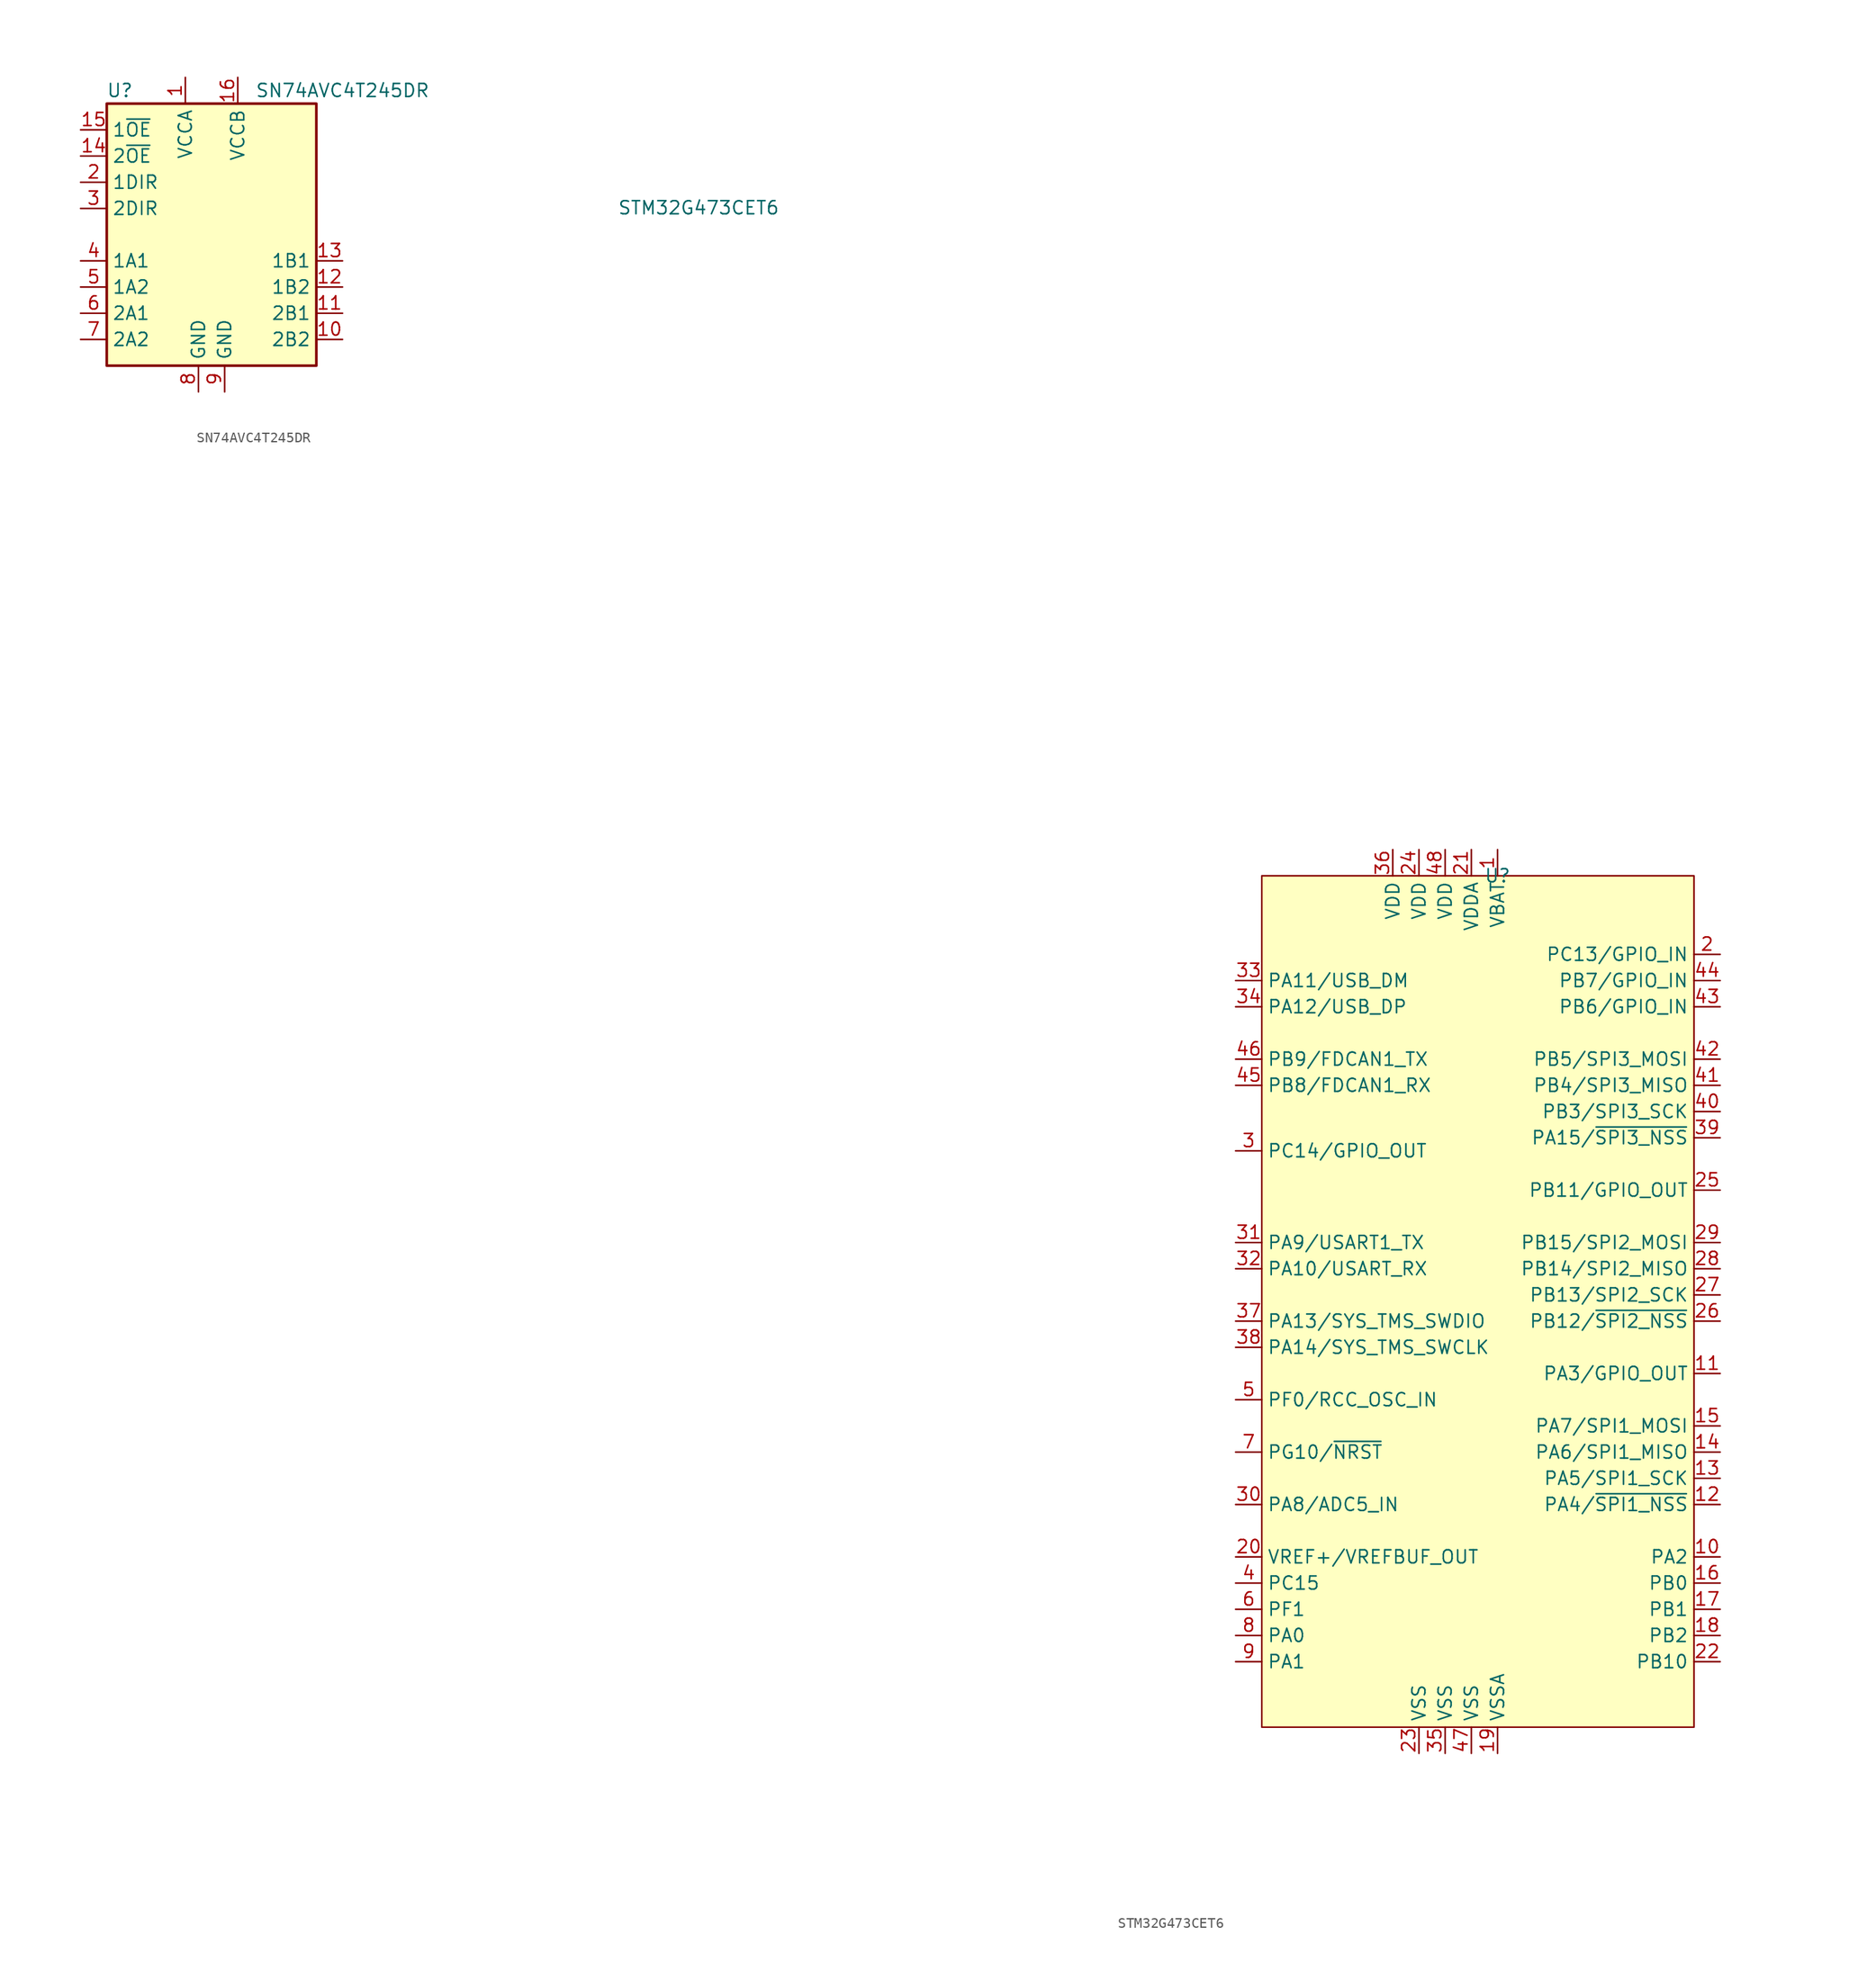
<source format=kicad_sym>
(kicad_symbol_lib
  (version 20220914)
  (generator kicad_symbol_editor)
  (symbol "SN74AVC4T245DR"
    (property "Reference" "U"
      (at -8.89 13.97 0)
      (effects (font (size 1.27 1.27))))
    (property "Value" "SN74AVC4T245DR"
      (at 12.7 13.97 0)
      (effects (font (size 1.27 1.27))))
    (symbol "SN74AVC4T245DR_0_1"
      (rectangle (start -10.16 12.7) (end 10.16 -12.7) (stroke (width 0.254) (type default)) (fill (type background))))
    (symbol "SN74AVC4T245DR_1_1"
      (pin power_in line (at -2.54 15.24 270) (length 2.54) (name "VCCA" (effects (font (size 1.27 1.27)))) (number "1" (effects (font (size 1.27 1.27)))))
      (pin bidirectional line (at 12.7 -10.16 180) (length 2.54) (name "2B2" (effects (font (size 1.27 1.27)))) (number "10" (effects (font (size 1.27 1.27)))))
      (pin bidirectional line (at 12.7 -7.62 180) (length 2.54) (name "2B1" (effects (font (size 1.27 1.27)))) (number "11" (effects (font (size 1.27 1.27)))))
      (pin bidirectional line (at 12.7 -5.08 180) (length 2.54) (name "1B2" (effects (font (size 1.27 1.27)))) (number "12" (effects (font (size 1.27 1.27)))))
      (pin bidirectional line (at 12.7 -2.54 180) (length 2.54) (name "1B1" (effects (font (size 1.27 1.27)))) (number "13" (effects (font (size 1.27 1.27)))))
      (pin input line (at -12.7 7.62 0) (length 2.54) (name "2~{OE}" (effects (font (size 1.27 1.27)))) (number "14" (effects (font (size 1.27 1.27)))))
      (pin input line (at -12.7 10.16 0) (length 2.54) (name "1~{OE}" (effects (font (size 1.27 1.27)))) (number "15" (effects (font (size 1.27 1.27)))))
      (pin power_in line (at 2.54 15.24 270) (length 2.54) (name "VCCB" (effects (font (size 1.27 1.27)))) (number "16" (effects (font (size 1.27 1.27)))))
      (pin input line (at -12.7 5.08 0) (length 2.54) (name "1DIR" (effects (font (size 1.27 1.27)))) (number "2" (effects (font (size 1.27 1.27)))))
      (pin input line (at -12.7 2.54 0) (length 2.54) (name "2DIR" (effects (font (size 1.27 1.27)))) (number "3" (effects (font (size 1.27 1.27)))))
      (pin bidirectional line (at -12.7 -2.54 0) (length 2.54) (name "1A1" (effects (font (size 1.27 1.27)))) (number "4" (effects (font (size 1.27 1.27)))))
      (pin bidirectional line (at -12.7 -5.08 0) (length 2.54) (name "1A2" (effects (font (size 1.27 1.27)))) (number "5" (effects (font (size 1.27 1.27)))))
      (pin bidirectional line (at -12.7 -7.62 0) (length 2.54) (name "2A1" (effects (font (size 1.27 1.27)))) (number "6" (effects (font (size 1.27 1.27)))))
      (pin bidirectional line (at -12.7 -10.16 0) (length 2.54) (name "2A2" (effects (font (size 1.27 1.27)))) (number "7" (effects (font (size 1.27 1.27)))))
      (pin passive line (at -1.27 -15.24 90) (length 2.54) (name "GND" (effects (font (size 1.27 1.27)))) (number "8" (effects (font (size 1.27 1.27)))))
      (pin passive line (at 1.27 -15.24 90) (length 2.54) (name "GND" (effects (font (size 1.27 1.27)))) (number "9" (effects (font (size 1.27 1.27)))))))
  (symbol "STM32G473CET6"
    (property "Reference" "U"
      (at 0 0 0)
      (effects (font (size 1.27 1.27))))
    (property "Value" "STM32G473CET6"
      (at -77.47 64.77 0)
      (effects (font (size 1.27 1.27))))
    (symbol "STM32G473CET6_0_0"
      (pin power_in line (at 0 2.54 270) (length 2.54) (name "VBAT" (effects (font (size 1.27 1.27)))) (number "1" (effects (font (size 1.27 1.27)))))
      (pin unspecified line (at 21.59 -66.04 180) (length 2.54) (name "PA2" (effects (font (size 1.27 1.27)))) (number "10" (effects (font (size 1.27 1.27)))))
      (pin output line (at 21.59 -48.26 180) (length 2.54) (name "PA3/GPIO_OUT" (effects (font (size 1.27 1.27)))) (number "11" (effects (font (size 1.27 1.27)))))
      (pin output line (at 21.59 -60.96 180) (length 2.54) (name "PA4/~{SPI1_NSS}" (effects (font (size 1.27 1.27)))) (number "12" (effects (font (size 1.27 1.27)))))
      (pin output line (at 21.59 -58.42 180) (length 2.54) (name "PA5/SPI1_SCK" (effects (font (size 1.27 1.27)))) (number "13" (effects (font (size 1.27 1.27)))))
      (pin input line (at 21.59 -55.88 180) (length 2.54) (name "PA6/SPI1_MISO" (effects (font (size 1.27 1.27)))) (number "14" (effects (font (size 1.27 1.27)))))
      (pin output line (at 21.59 -53.34 180) (length 2.54) (name "PA7/SPI1_MOSI" (effects (font (size 1.27 1.27)))) (number "15" (effects (font (size 1.27 1.27)))))
      (pin unspecified line (at 21.59 -68.58 180) (length 2.54) (name "PB0" (effects (font (size 1.27 1.27)))) (number "16" (effects (font (size 1.27 1.27)))))
      (pin unspecified line (at 21.59 -71.12 180) (length 2.54) (name "PB1" (effects (font (size 1.27 1.27)))) (number "17" (effects (font (size 1.27 1.27)))))
      (pin unspecified line (at 21.59 -73.66 180) (length 2.54) (name "PB2" (effects (font (size 1.27 1.27)))) (number "18" (effects (font (size 1.27 1.27)))))
      (pin passive line (at 0 -85.09 90) (length 2.54) (name "VSSA" (effects (font (size 1.27 1.27)))) (number "19" (effects (font (size 1.27 1.27)))))
      (pin input line (at 21.59 -7.62 180) (length 2.54) (name "PC13/GPIO_IN" (effects (font (size 1.27 1.27)))) (number "2" (effects (font (size 1.27 1.27)))))
      (pin output line (at -25.4 -66.04 0) (length 2.54) (name "VREF+/VREFBUF_OUT" (effects (font (size 1.27 1.27)))) (number "20" (effects (font (size 1.27 1.27)))))
      (pin power_in line (at -2.54 2.54 270) (length 2.54) (name "VDDA" (effects (font (size 1.27 1.27)))) (number "21" (effects (font (size 1.27 1.27)))))
      (pin unspecified line (at 21.59 -76.2 180) (length 2.54) (name "PB10" (effects (font (size 1.27 1.27)))) (number "22" (effects (font (size 1.27 1.27)))))
      (pin passive line (at -7.62 -85.09 90) (length 2.54) (name "VSS" (effects (font (size 1.27 1.27)))) (number "23" (effects (font (size 1.27 1.27)))))
      (pin power_in line (at -7.62 2.54 270) (length 2.54) (name "VDD" (effects (font (size 1.27 1.27)))) (number "24" (effects (font (size 1.27 1.27)))))
      (pin output line (at 21.59 -30.48 180) (length 2.54) (name "PB11/GPIO_OUT" (effects (font (size 1.27 1.27)))) (number "25" (effects (font (size 1.27 1.27)))))
      (pin output line (at 21.59 -43.18 180) (length 2.54) (name "PB12/~{SPI2_NSS}" (effects (font (size 1.27 1.27)))) (number "26" (effects (font (size 1.27 1.27)))))
      (pin output line (at 21.59 -40.64 180) (length 2.54) (name "PB13/SPI2_SCK" (effects (font (size 1.27 1.27)))) (number "27" (effects (font (size 1.27 1.27)))))
      (pin input line (at 21.59 -38.1 180) (length 2.54) (name "PB14/SPI2_MISO" (effects (font (size 1.27 1.27)))) (number "28" (effects (font (size 1.27 1.27)))))
      (pin output line (at 21.59 -35.56 180) (length 2.54) (name "PB15/SPI2_MOSI" (effects (font (size 1.27 1.27)))) (number "29" (effects (font (size 1.27 1.27)))))
      (pin output line (at -25.4 -26.67 0) (length 2.54) (name "PC14/GPIO_OUT" (effects (font (size 1.27 1.27)))) (number "3" (effects (font (size 1.27 1.27)))))
      (pin input line (at -25.4 -60.96 0) (length 2.54) (name "PA8/ADC5_IN" (effects (font (size 1.27 1.27)))) (number "30" (effects (font (size 1.27 1.27)))))
      (pin output line (at -25.4 -35.56 0) (length 2.54) (name "PA9/USART1_TX" (effects (font (size 1.27 1.27)))) (number "31" (effects (font (size 1.27 1.27)))))
      (pin input line (at -25.4 -38.1 0) (length 2.54) (name "PA10/USART_RX" (effects (font (size 1.27 1.27)))) (number "32" (effects (font (size 1.27 1.27)))))
      (pin bidirectional line (at -25.4 -10.16 0) (length 2.54) (name "PA11/USB_DM" (effects (font (size 1.27 1.27)))) (number "33" (effects (font (size 1.27 1.27)))))
      (pin bidirectional line (at -25.4 -12.7 0) (length 2.54) (name "PA12/USB_DP" (effects (font (size 1.27 1.27)))) (number "34" (effects (font (size 1.27 1.27)))))
      (pin passive line (at -5.08 -85.09 90) (length 2.54) (name "VSS" (effects (font (size 1.27 1.27)))) (number "35" (effects (font (size 1.27 1.27)))))
      (pin power_in line (at -10.16 2.54 270) (length 2.54) (name "VDD" (effects (font (size 1.27 1.27)))) (number "36" (effects (font (size 1.27 1.27)))))
      (pin bidirectional line (at -25.4 -43.18 0) (length 2.54) (name "PA13/SYS_TMS_SWDIO" (effects (font (size 1.27 1.27)))) (number "37" (effects (font (size 1.27 1.27)))))
      (pin input line (at -25.4 -45.72 0) (length 2.54) (name "PA14/SYS_TMS_SWCLK" (effects (font (size 1.27 1.27)))) (number "38" (effects (font (size 1.27 1.27)))))
      (pin output line (at 21.59 -25.4 180) (length 2.54) (name "PA15/~{SPI3_NSS}" (effects (font (size 1.27 1.27)))) (number "39" (effects (font (size 1.27 1.27)))))
      (pin unspecified line (at -25.4 -68.58 0) (length 2.54) (name "PC15" (effects (font (size 1.27 1.27)))) (number "4" (effects (font (size 1.27 1.27)))))
      (pin output line (at 21.59 -22.86 180) (length 2.54) (name "PB3/SPI3_SCK" (effects (font (size 1.27 1.27)))) (number "40" (effects (font (size 1.27 1.27)))))
      (pin input line (at 21.59 -20.32 180) (length 2.54) (name "PB4/SPI3_MISO" (effects (font (size 1.27 1.27)))) (number "41" (effects (font (size 1.27 1.27)))))
      (pin output line (at 21.59 -17.78 180) (length 2.54) (name "PB5/SPI3_MOSI" (effects (font (size 1.27 1.27)))) (number "42" (effects (font (size 1.27 1.27)))))
      (pin input line (at 21.59 -12.7 180) (length 2.54) (name "PB6/GPIO_IN" (effects (font (size 1.27 1.27)))) (number "43" (effects (font (size 1.27 1.27)))))
      (pin input line (at 21.59 -10.16 180) (length 2.54) (name "PB7/GPIO_IN" (effects (font (size 1.27 1.27)))) (number "44" (effects (font (size 1.27 1.27)))))
      (pin input line (at -25.4 -20.32 0) (length 2.54) (name "PB8/FDCAN1_RX" (effects (font (size 1.27 1.27)))) (number "45" (effects (font (size 1.27 1.27)))))
      (pin passive line (at -2.54 -85.09 90) (length 2.54) (name "VSS" (effects (font (size 1.27 1.27)))) (number "47" (effects (font (size 1.27 1.27)))))
      (pin power_in line (at -5.08 2.54 270) (length 2.54) (name "VDD" (effects (font (size 1.27 1.27)))) (number "48" (effects (font (size 1.27 1.27)))))
      (pin input line (at -25.4 -50.8 0) (length 2.54) (name "PF0/RCC_OSC_IN" (effects (font (size 1.27 1.27)))) (number "5" (effects (font (size 1.27 1.27)))))
      (pin unspecified line (at -25.4 -71.12 0) (length 2.54) (name "PF1" (effects (font (size 1.27 1.27)))) (number "6" (effects (font (size 1.27 1.27)))))
      (pin unspecified line (at -25.4 -76.2 0) (length 2.54) (name "PA1" (effects (font (size 1.27 1.27)))) (number "9" (effects (font (size 1.27 1.27))))))
    (symbol "STM32G473CET6_1_0"
      (pin output line (at -25.4 -17.78 0) (length 2.54) (name "PB9/FDCAN1_TX" (effects (font (size 1.27 1.27)))) (number "46" (effects (font (size 1.27 1.27)))))
      (pin input line (at -25.4 -55.88 0) (length 2.54) (name "PG10/~{NRST}" (effects (font (size 1.27 1.27)))) (number "7" (effects (font (size 1.27 1.27)))))
      (pin unspecified line (at -25.4 -73.66 0) (length 2.54) (name "PA0" (effects (font (size 1.27 1.27)))) (number "8" (effects (font (size 1.27 1.27))))))
    (symbol "STM32G473CET6_1_1"
      (rectangle (start -22.86 0) (end 19.05 -82.55) (stroke (width 0) (type default)) (fill (type background))))))
</source>
